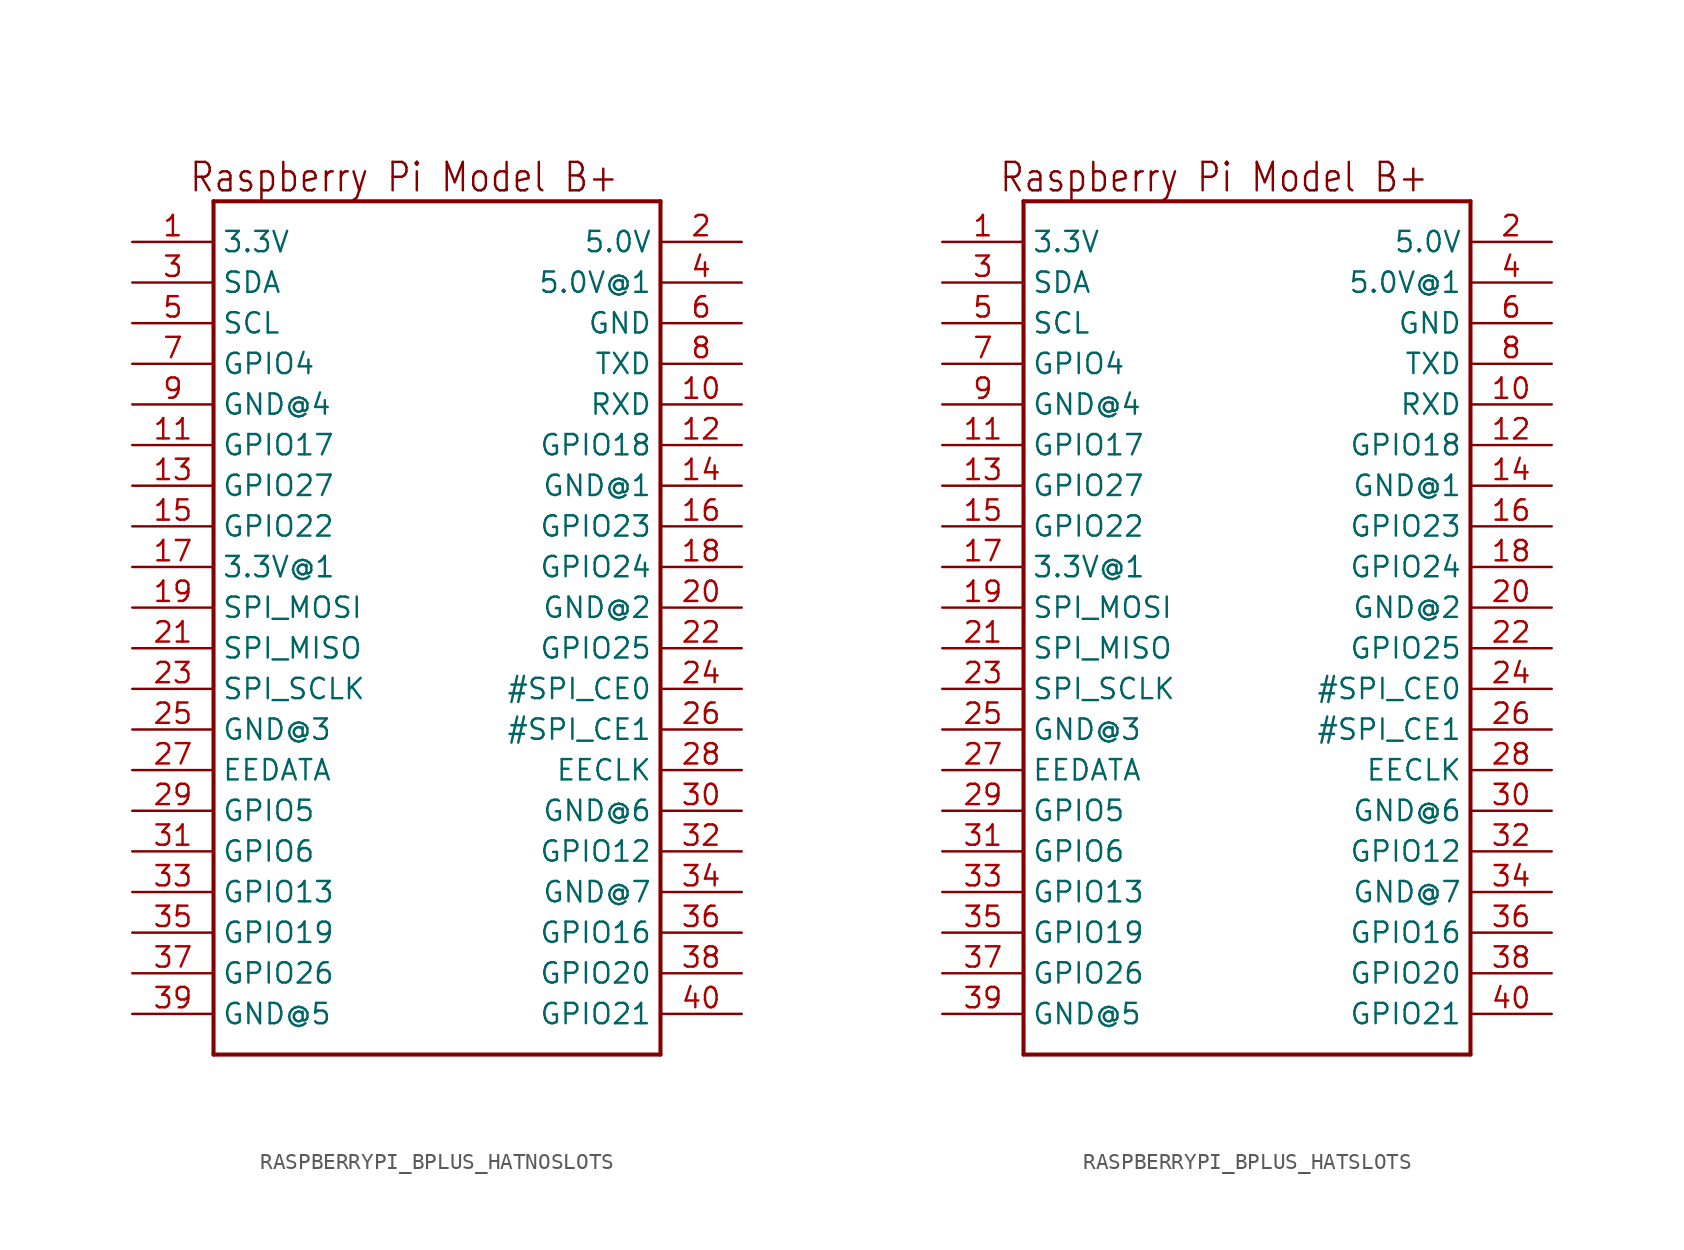
<source format=kicad_sym>
(kicad_symbol_lib
  (version 20220914)
  (generator kicad_symbol_editor)
  (symbol "RASPBERRYPI_BPLUS_HATNOSLOTS"
    (property "Reference" "RPI"
      (at 0 0 0)
      (effects (font (size 1.27 1.27)) hide))
    (property "ki_locked" ""
      (at 0 0 0)
      (effects (font (size 1.27 1.27))))
    (symbol "RASPBERRYPI_BPLUS_HATNOSLOTS_1_0"
      (polyline (pts (xy -12.7 -30.48) (xy -12.7 22.86)) (stroke (width 0.254) (type solid)) (fill (type none)))
      (polyline (pts (xy -12.7 22.86) (xy 15.24 22.86)) (stroke (width 0.254) (type solid)) (fill (type none)))
      (polyline (pts (xy 15.24 -30.48) (xy -12.7 -30.48)) (stroke (width 0.254) (type solid)) (fill (type none)))
      (polyline (pts (xy 15.24 22.86) (xy 15.24 -30.48)) (stroke (width 0.254) (type solid)) (fill (type none)))
      (text "Raspberry Pi Model B+" (at 12.7 25.4 0) (effects (font (size 1.778 1.511)) (justify right top)))
      (pin power_in line (at -17.78 20.32 0) (length 5.08) (name "3.3V" (effects (font (size 1.27 1.27)))) (number "1" (effects (font (size 1.27 1.27)))))
      (pin bidirectional line (at 20.32 10.16 180) (length 5.08) (name "RXD" (effects (font (size 1.27 1.27)))) (number "10" (effects (font (size 1.27 1.27)))))
      (pin bidirectional line (at -17.78 7.62 0) (length 5.08) (name "GPIO17" (effects (font (size 1.27 1.27)))) (number "11" (effects (font (size 1.27 1.27)))))
      (pin bidirectional line (at 20.32 7.62 180) (length 5.08) (name "GPIO18" (effects (font (size 1.27 1.27)))) (number "12" (effects (font (size 1.27 1.27)))))
      (pin bidirectional line (at -17.78 5.08 0) (length 5.08) (name "GPIO27" (effects (font (size 1.27 1.27)))) (number "13" (effects (font (size 1.27 1.27)))))
      (pin power_in line (at 20.32 5.08 180) (length 5.08) (name "GND@1" (effects (font (size 1.27 1.27)))) (number "14" (effects (font (size 1.27 1.27)))))
      (pin bidirectional line (at -17.78 2.54 0) (length 5.08) (name "GPIO22" (effects (font (size 1.27 1.27)))) (number "15" (effects (font (size 1.27 1.27)))))
      (pin bidirectional line (at 20.32 2.54 180) (length 5.08) (name "GPIO23" (effects (font (size 1.27 1.27)))) (number "16" (effects (font (size 1.27 1.27)))))
      (pin power_in line (at -17.78 0 0) (length 5.08) (name "3.3V@1" (effects (font (size 1.27 1.27)))) (number "17" (effects (font (size 1.27 1.27)))))
      (pin bidirectional line (at 20.32 0 180) (length 5.08) (name "GPIO24" (effects (font (size 1.27 1.27)))) (number "18" (effects (font (size 1.27 1.27)))))
      (pin bidirectional line (at -17.78 -2.54 0) (length 5.08) (name "SPI_MOSI" (effects (font (size 1.27 1.27)))) (number "19" (effects (font (size 1.27 1.27)))))
      (pin power_in line (at 20.32 20.32 180) (length 5.08) (name "5.0V" (effects (font (size 1.27 1.27)))) (number "2" (effects (font (size 1.27 1.27)))))
      (pin power_in line (at 20.32 -2.54 180) (length 5.08) (name "GND@2" (effects (font (size 1.27 1.27)))) (number "20" (effects (font (size 1.27 1.27)))))
      (pin bidirectional line (at -17.78 -5.08 0) (length 5.08) (name "SPI_MISO" (effects (font (size 1.27 1.27)))) (number "21" (effects (font (size 1.27 1.27)))))
      (pin bidirectional line (at 20.32 -5.08 180) (length 5.08) (name "GPIO25" (effects (font (size 1.27 1.27)))) (number "22" (effects (font (size 1.27 1.27)))))
      (pin bidirectional line (at -17.78 -7.62 0) (length 5.08) (name "SPI_SCLK" (effects (font (size 1.27 1.27)))) (number "23" (effects (font (size 1.27 1.27)))))
      (pin bidirectional line (at 20.32 -7.62 180) (length 5.08) (name "#SPI_CE0" (effects (font (size 1.27 1.27)))) (number "24" (effects (font (size 1.27 1.27)))))
      (pin power_in line (at -17.78 -10.16 0) (length 5.08) (name "GND@3" (effects (font (size 1.27 1.27)))) (number "25" (effects (font (size 1.27 1.27)))))
      (pin bidirectional line (at 20.32 -10.16 180) (length 5.08) (name "#SPI_CE1" (effects (font (size 1.27 1.27)))) (number "26" (effects (font (size 1.27 1.27)))))
      (pin bidirectional line (at -17.78 -12.7 0) (length 5.08) (name "EEDATA" (effects (font (size 1.27 1.27)))) (number "27" (effects (font (size 1.27 1.27)))))
      (pin bidirectional line (at 20.32 -12.7 180) (length 5.08) (name "EECLK" (effects (font (size 1.27 1.27)))) (number "28" (effects (font (size 1.27 1.27)))))
      (pin bidirectional line (at -17.78 -15.24 0) (length 5.08) (name "GPIO5" (effects (font (size 1.27 1.27)))) (number "29" (effects (font (size 1.27 1.27)))))
      (pin bidirectional line (at -17.78 17.78 0) (length 5.08) (name "SDA" (effects (font (size 1.27 1.27)))) (number "3" (effects (font (size 1.27 1.27)))))
      (pin power_in line (at 20.32 -15.24 180) (length 5.08) (name "GND@6" (effects (font (size 1.27 1.27)))) (number "30" (effects (font (size 1.27 1.27)))))
      (pin bidirectional line (at -17.78 -17.78 0) (length 5.08) (name "GPIO6" (effects (font (size 1.27 1.27)))) (number "31" (effects (font (size 1.27 1.27)))))
      (pin bidirectional line (at 20.32 -17.78 180) (length 5.08) (name "GPIO12" (effects (font (size 1.27 1.27)))) (number "32" (effects (font (size 1.27 1.27)))))
      (pin bidirectional line (at -17.78 -20.32 0) (length 5.08) (name "GPIO13" (effects (font (size 1.27 1.27)))) (number "33" (effects (font (size 1.27 1.27)))))
      (pin power_in line (at 20.32 -20.32 180) (length 5.08) (name "GND@7" (effects (font (size 1.27 1.27)))) (number "34" (effects (font (size 1.27 1.27)))))
      (pin bidirectional line (at -17.78 -22.86 0) (length 5.08) (name "GPIO19" (effects (font (size 1.27 1.27)))) (number "35" (effects (font (size 1.27 1.27)))))
      (pin bidirectional line (at 20.32 -22.86 180) (length 5.08) (name "GPIO16" (effects (font (size 1.27 1.27)))) (number "36" (effects (font (size 1.27 1.27)))))
      (pin bidirectional line (at -17.78 -25.4 0) (length 5.08) (name "GPIO26" (effects (font (size 1.27 1.27)))) (number "37" (effects (font (size 1.27 1.27)))))
      (pin bidirectional line (at 20.32 -25.4 180) (length 5.08) (name "GPIO20" (effects (font (size 1.27 1.27)))) (number "38" (effects (font (size 1.27 1.27)))))
      (pin power_in line (at -17.78 -27.94 0) (length 5.08) (name "GND@5" (effects (font (size 1.27 1.27)))) (number "39" (effects (font (size 1.27 1.27)))))
      (pin power_in line (at 20.32 17.78 180) (length 5.08) (name "5.0V@1" (effects (font (size 1.27 1.27)))) (number "4" (effects (font (size 1.27 1.27)))))
      (pin bidirectional line (at 20.32 -27.94 180) (length 5.08) (name "GPIO21" (effects (font (size 1.27 1.27)))) (number "40" (effects (font (size 1.27 1.27)))))
      (pin bidirectional line (at -17.78 15.24 0) (length 5.08) (name "SCL" (effects (font (size 1.27 1.27)))) (number "5" (effects (font (size 1.27 1.27)))))
      (pin power_in line (at 20.32 15.24 180) (length 5.08) (name "GND" (effects (font (size 1.27 1.27)))) (number "6" (effects (font (size 1.27 1.27)))))
      (pin bidirectional line (at -17.78 12.7 0) (length 5.08) (name "GPIO4" (effects (font (size 1.27 1.27)))) (number "7" (effects (font (size 1.27 1.27)))))
      (pin bidirectional line (at 20.32 12.7 180) (length 5.08) (name "TXD" (effects (font (size 1.27 1.27)))) (number "8" (effects (font (size 1.27 1.27)))))
      (pin power_in line (at -17.78 10.16 0) (length 5.08) (name "GND@4" (effects (font (size 1.27 1.27)))) (number "9" (effects (font (size 1.27 1.27)))))))
  (symbol "RASPBERRYPI_BPLUS_HATSLOTS"
    (property "Reference" "RPI"
      (at 0 0 0)
      (effects (font (size 1.27 1.27)) hide))
    (property "ki_locked" ""
      (at 0 0 0)
      (effects (font (size 1.27 1.27))))
    (symbol "RASPBERRYPI_BPLUS_HATSLOTS_1_0"
      (polyline (pts (xy -12.7 -30.48) (xy -12.7 22.86)) (stroke (width 0.254) (type solid)) (fill (type none)))
      (polyline (pts (xy -12.7 22.86) (xy 15.24 22.86)) (stroke (width 0.254) (type solid)) (fill (type none)))
      (polyline (pts (xy 15.24 -30.48) (xy -12.7 -30.48)) (stroke (width 0.254) (type solid)) (fill (type none)))
      (polyline (pts (xy 15.24 22.86) (xy 15.24 -30.48)) (stroke (width 0.254) (type solid)) (fill (type none)))
      (text "Raspberry Pi Model B+" (at 12.7 25.4 0) (effects (font (size 1.778 1.511)) (justify right top)))
      (pin power_in line (at -17.78 20.32 0) (length 5.08) (name "3.3V" (effects (font (size 1.27 1.27)))) (number "1" (effects (font (size 1.27 1.27)))))
      (pin bidirectional line (at 20.32 10.16 180) (length 5.08) (name "RXD" (effects (font (size 1.27 1.27)))) (number "10" (effects (font (size 1.27 1.27)))))
      (pin bidirectional line (at -17.78 7.62 0) (length 5.08) (name "GPIO17" (effects (font (size 1.27 1.27)))) (number "11" (effects (font (size 1.27 1.27)))))
      (pin bidirectional line (at 20.32 7.62 180) (length 5.08) (name "GPIO18" (effects (font (size 1.27 1.27)))) (number "12" (effects (font (size 1.27 1.27)))))
      (pin bidirectional line (at -17.78 5.08 0) (length 5.08) (name "GPIO27" (effects (font (size 1.27 1.27)))) (number "13" (effects (font (size 1.27 1.27)))))
      (pin power_in line (at 20.32 5.08 180) (length 5.08) (name "GND@1" (effects (font (size 1.27 1.27)))) (number "14" (effects (font (size 1.27 1.27)))))
      (pin bidirectional line (at -17.78 2.54 0) (length 5.08) (name "GPIO22" (effects (font (size 1.27 1.27)))) (number "15" (effects (font (size 1.27 1.27)))))
      (pin bidirectional line (at 20.32 2.54 180) (length 5.08) (name "GPIO23" (effects (font (size 1.27 1.27)))) (number "16" (effects (font (size 1.27 1.27)))))
      (pin power_in line (at -17.78 0 0) (length 5.08) (name "3.3V@1" (effects (font (size 1.27 1.27)))) (number "17" (effects (font (size 1.27 1.27)))))
      (pin bidirectional line (at 20.32 0 180) (length 5.08) (name "GPIO24" (effects (font (size 1.27 1.27)))) (number "18" (effects (font (size 1.27 1.27)))))
      (pin bidirectional line (at -17.78 -2.54 0) (length 5.08) (name "SPI_MOSI" (effects (font (size 1.27 1.27)))) (number "19" (effects (font (size 1.27 1.27)))))
      (pin power_in line (at 20.32 20.32 180) (length 5.08) (name "5.0V" (effects (font (size 1.27 1.27)))) (number "2" (effects (font (size 1.27 1.27)))))
      (pin power_in line (at 20.32 -2.54 180) (length 5.08) (name "GND@2" (effects (font (size 1.27 1.27)))) (number "20" (effects (font (size 1.27 1.27)))))
      (pin bidirectional line (at -17.78 -5.08 0) (length 5.08) (name "SPI_MISO" (effects (font (size 1.27 1.27)))) (number "21" (effects (font (size 1.27 1.27)))))
      (pin bidirectional line (at 20.32 -5.08 180) (length 5.08) (name "GPIO25" (effects (font (size 1.27 1.27)))) (number "22" (effects (font (size 1.27 1.27)))))
      (pin bidirectional line (at -17.78 -7.62 0) (length 5.08) (name "SPI_SCLK" (effects (font (size 1.27 1.27)))) (number "23" (effects (font (size 1.27 1.27)))))
      (pin bidirectional line (at 20.32 -7.62 180) (length 5.08) (name "#SPI_CE0" (effects (font (size 1.27 1.27)))) (number "24" (effects (font (size 1.27 1.27)))))
      (pin power_in line (at -17.78 -10.16 0) (length 5.08) (name "GND@3" (effects (font (size 1.27 1.27)))) (number "25" (effects (font (size 1.27 1.27)))))
      (pin bidirectional line (at 20.32 -10.16 180) (length 5.08) (name "#SPI_CE1" (effects (font (size 1.27 1.27)))) (number "26" (effects (font (size 1.27 1.27)))))
      (pin bidirectional line (at -17.78 -12.7 0) (length 5.08) (name "EEDATA" (effects (font (size 1.27 1.27)))) (number "27" (effects (font (size 1.27 1.27)))))
      (pin bidirectional line (at 20.32 -12.7 180) (length 5.08) (name "EECLK" (effects (font (size 1.27 1.27)))) (number "28" (effects (font (size 1.27 1.27)))))
      (pin bidirectional line (at -17.78 -15.24 0) (length 5.08) (name "GPIO5" (effects (font (size 1.27 1.27)))) (number "29" (effects (font (size 1.27 1.27)))))
      (pin bidirectional line (at -17.78 17.78 0) (length 5.08) (name "SDA" (effects (font (size 1.27 1.27)))) (number "3" (effects (font (size 1.27 1.27)))))
      (pin power_in line (at 20.32 -15.24 180) (length 5.08) (name "GND@6" (effects (font (size 1.27 1.27)))) (number "30" (effects (font (size 1.27 1.27)))))
      (pin bidirectional line (at -17.78 -17.78 0) (length 5.08) (name "GPIO6" (effects (font (size 1.27 1.27)))) (number "31" (effects (font (size 1.27 1.27)))))
      (pin bidirectional line (at 20.32 -17.78 180) (length 5.08) (name "GPIO12" (effects (font (size 1.27 1.27)))) (number "32" (effects (font (size 1.27 1.27)))))
      (pin bidirectional line (at -17.78 -20.32 0) (length 5.08) (name "GPIO13" (effects (font (size 1.27 1.27)))) (number "33" (effects (font (size 1.27 1.27)))))
      (pin power_in line (at 20.32 -20.32 180) (length 5.08) (name "GND@7" (effects (font (size 1.27 1.27)))) (number "34" (effects (font (size 1.27 1.27)))))
      (pin bidirectional line (at -17.78 -22.86 0) (length 5.08) (name "GPIO19" (effects (font (size 1.27 1.27)))) (number "35" (effects (font (size 1.27 1.27)))))
      (pin bidirectional line (at 20.32 -22.86 180) (length 5.08) (name "GPIO16" (effects (font (size 1.27 1.27)))) (number "36" (effects (font (size 1.27 1.27)))))
      (pin bidirectional line (at -17.78 -25.4 0) (length 5.08) (name "GPIO26" (effects (font (size 1.27 1.27)))) (number "37" (effects (font (size 1.27 1.27)))))
      (pin bidirectional line (at 20.32 -25.4 180) (length 5.08) (name "GPIO20" (effects (font (size 1.27 1.27)))) (number "38" (effects (font (size 1.27 1.27)))))
      (pin power_in line (at -17.78 -27.94 0) (length 5.08) (name "GND@5" (effects (font (size 1.27 1.27)))) (number "39" (effects (font (size 1.27 1.27)))))
      (pin power_in line (at 20.32 17.78 180) (length 5.08) (name "5.0V@1" (effects (font (size 1.27 1.27)))) (number "4" (effects (font (size 1.27 1.27)))))
      (pin bidirectional line (at 20.32 -27.94 180) (length 5.08) (name "GPIO21" (effects (font (size 1.27 1.27)))) (number "40" (effects (font (size 1.27 1.27)))))
      (pin bidirectional line (at -17.78 15.24 0) (length 5.08) (name "SCL" (effects (font (size 1.27 1.27)))) (number "5" (effects (font (size 1.27 1.27)))))
      (pin power_in line (at 20.32 15.24 180) (length 5.08) (name "GND" (effects (font (size 1.27 1.27)))) (number "6" (effects (font (size 1.27 1.27)))))
      (pin bidirectional line (at -17.78 12.7 0) (length 5.08) (name "GPIO4" (effects (font (size 1.27 1.27)))) (number "7" (effects (font (size 1.27 1.27)))))
      (pin bidirectional line (at 20.32 12.7 180) (length 5.08) (name "TXD" (effects (font (size 1.27 1.27)))) (number "8" (effects (font (size 1.27 1.27)))))
      (pin power_in line (at -17.78 10.16 0) (length 5.08) (name "GND@4" (effects (font (size 1.27 1.27)))) (number "9" (effects (font (size 1.27 1.27))))))))
</source>
